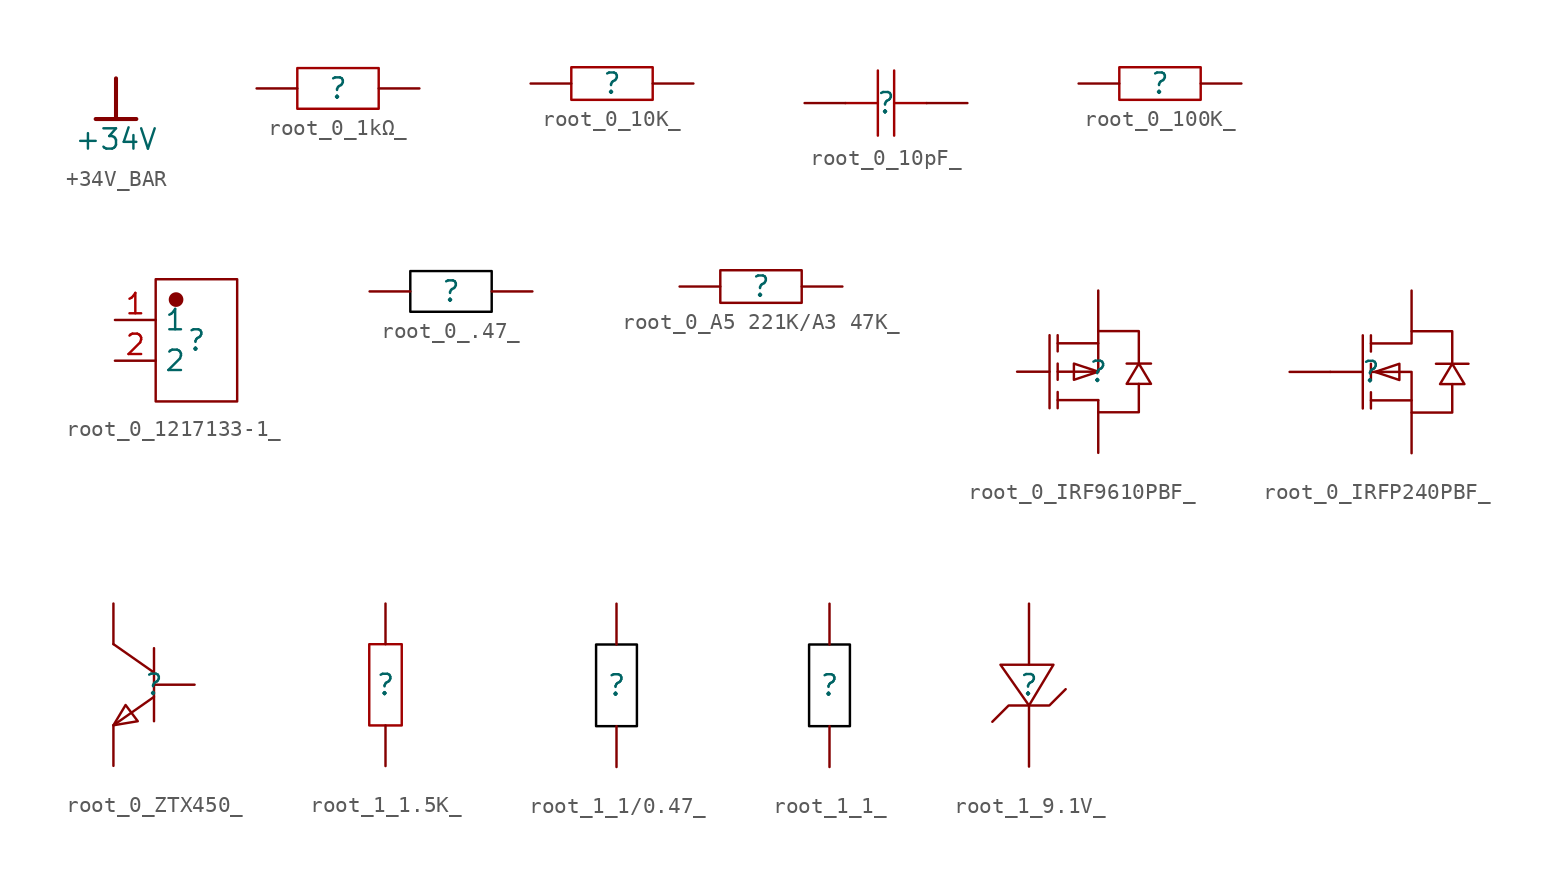
<source format=kicad_sym>
(kicad_symbol_lib
  (version 20241209)
  (generator "kicad_symbol_editor")
  (generator_version "9.0")
  (symbol "+34V_BAR"
    (power)
    (property "Reference" "#PWR"
      (at 0 0 0)
      (effects (font (size 1.27 1.27)) (hide yes)))
    (property "Value" "+34V"
      (at 0 -3.81 0)
      (effects (font (size 1.27 1.27))))
    (symbol "+34V_BAR_0_0"
      (polyline (pts (xy -1.27 -2.54) (xy 1.27 -2.54)) (stroke (width 0.254) (type solid)) (fill (type none)))
      (polyline (pts (xy 0 0) (xy 0 -2.54)) (stroke (width 0.254) (type solid)) (fill (type none)))
      (pin power_in line (at 0 0 0) (length 0) (hide yes) (name "+34V" (effects (font (size 1.27 1.27)))) (number "" (effects (font (size 1.27 1.27)))))))
  (symbol "root_0_1kΩ_"
    (pin_numbers
      (hide yes))
    (pin_names
      (hide yes))
    (property "Reference" ""
      (at 0 0 0)
      (effects (font (size 1.27 1.27))))
    (property "Value" ""
      (at 0 0 0)
      (effects (font (size 1.27 1.27))))
    (symbol "root_0_1kΩ__1_0"
      (rectangle (start -2.54 1.27) (end 2.54 -1.27) (stroke (width 0) (type solid) (color 160 0 0 1)) (fill (type none)))
      (pin passive line (at -5.08 0 0) (length 2.54) (name "1" (effects (font (size 1.27 1.27)))) (number "1" (effects (font (size 1.27 1.27)))))
      (pin passive line (at 5.08 0 180) (length 2.54) (name "2" (effects (font (size 1.27 1.27)))) (number "2" (effects (font (size 1.27 1.27)))))))
  (symbol "root_0_10K_"
    (pin_numbers
      (hide yes))
    (pin_names
      (hide yes))
    (property "Reference" ""
      (at 0 0 0)
      (effects (font (size 1.27 1.27))))
    (property "Value" ""
      (at 0 0 0)
      (effects (font (size 1.27 1.27))))
    (symbol "root_0_10K__1_0"
      (rectangle (start -2.54 1.016) (end 2.54 -1.016) (stroke (width 0) (type solid) (color 160 0 0 1)) (fill (type none)))
      (pin passive line (at -5.08 0 0) (length 2.54) (name "1" (effects (font (size 1.27 1.27)))) (number "1" (effects (font (size 1.27 1.27)))))
      (pin passive line (at 5.08 0 180) (length 2.54) (name "2" (effects (font (size 1.27 1.27)))) (number "2" (effects (font (size 1.27 1.27)))))))
  (symbol "root_0_10pF_"
    (pin_numbers
      (hide yes))
    (pin_names
      (hide yes))
    (property "Reference" ""
      (at 0 0 0)
      (effects (font (size 1.27 1.27))))
    (property "Value" ""
      (at 0 0 0)
      (effects (font (size 1.27 1.27))))
    (symbol "root_0_10pF__1_0"
      (polyline (pts (xy -0.508 0) (xy -2.54 0)) (stroke (width 0) (type solid) (color 160 0 0 1)) (fill (type none)))
      (polyline (pts (xy -0.508 -2.032) (xy -0.508 2.032)) (stroke (width 0) (type solid) (color 160 0 0 1)) (fill (type none)))
      (polyline (pts (xy 0.508 2.032) (xy 0.508 -2.032)) (stroke (width 0) (type solid) (color 160 0 0 1)) (fill (type none)))
      (polyline (pts (xy 2.54 0) (xy 0.508 0)) (stroke (width 0) (type solid) (color 160 0 0 1)) (fill (type none)))
      (pin passive line (at -5.08 0 0) (length 2.54) (name "1" (effects (font (size 1.27 1.27)))) (number "1" (effects (font (size 1.27 1.27)))))
      (pin passive line (at 5.08 0 180) (length 2.54) (name "2" (effects (font (size 1.27 1.27)))) (number "2" (effects (font (size 1.27 1.27)))))))
  (symbol "root_0_100K_"
    (pin_numbers
      (hide yes))
    (pin_names
      (hide yes))
    (property "Reference" ""
      (at 0 0 0)
      (effects (font (size 1.27 1.27))))
    (property "Value" ""
      (at 0 0 0)
      (effects (font (size 1.27 1.27))))
    (symbol "root_0_100K__1_0"
      (rectangle (start -2.54 1.016) (end 2.54 -1.016) (stroke (width 0) (type solid) (color 160 0 0 1)) (fill (type none)))
      (pin passive line (at -5.08 0 0) (length 2.54) (name "1" (effects (font (size 1.27 1.27)))) (number "1" (effects (font (size 1.27 1.27)))))
      (pin passive line (at 5.08 0 180) (length 2.54) (name "2" (effects (font (size 1.27 1.27)))) (number "2" (effects (font (size 1.27 1.27)))))))
  (symbol "root_0_1217133-1_"
    (property "Reference" ""
      (at 0 0 0)
      (effects (font (size 1.27 1.27))))
    (property "Value" ""
      (at 0 0 0)
      (effects (font (size 1.27 1.27))))
    (symbol "root_0_1217133-1__1_0"
      (rectangle (start -2.54 3.81) (end 2.54 -3.81) (stroke (width 0) (type solid) (color 136 0 0 1)) (fill (type none)))
      (circle (center -1.27 2.54) (radius 0.381) (stroke (width 0) (type solid) (color 136 0 0 1)) (fill (type outline)))
      (pin passive line (at -5.08 1.27 0) (length 2.54) (name "1" (effects (font (size 1.27 1.27)))) (number "1" (effects (font (size 1.27 1.27)))))
      (pin passive line (at -5.08 -1.27 0) (length 2.54) (name "2" (effects (font (size 1.27 1.27)))) (number "2" (effects (font (size 1.27 1.27)))))))
  (symbol "root_0_.47_"
    (pin_numbers
      (hide yes))
    (pin_names
      (hide yes))
    (property "Reference" ""
      (at 0 0 0)
      (effects (font (size 1.27 1.27))))
    (property "Value" ""
      (at 0 0 0)
      (effects (font (size 1.27 1.27))))
    (symbol "root_0_.47__1_0"
      (rectangle (start -2.54 1.27) (end 2.54 -1.27) (stroke (width 0) (type solid) (color 0 0 0 1)) (fill (type none)))
      (pin passive line (at -5.08 0 0) (length 2.54) (name "1" (effects (font (size 1.27 1.27)))) (number "1" (effects (font (size 1.27 1.27)))))
      (pin passive line (at 5.08 0 180) (length 2.54) (name "2" (effects (font (size 1.27 1.27)))) (number "2" (effects (font (size 1.27 1.27)))))))
  (symbol "root_0_A5 221K/A3 47K_"
    (pin_numbers
      (hide yes))
    (pin_names
      (hide yes))
    (property "Reference" ""
      (at 0 0 0)
      (effects (font (size 1.27 1.27))))
    (property "Value" ""
      (at 0 0 0)
      (effects (font (size 1.27 1.27))))
    (symbol "root_0_A5 221K/A3 47K__1_0"
      (rectangle (start -2.54 1.016) (end 2.54 -1.016) (stroke (width 0) (type solid) (color 136 0 0 1)) (fill (type none)))
      (pin passive line (at -5.08 0 0) (length 2.54) (name "1" (effects (font (size 1.27 1.27)))) (number "1" (effects (font (size 1.27 1.27)))))
      (pin passive line (at 5.08 0 180) (length 2.54) (name "2" (effects (font (size 1.27 1.27)))) (number "2" (effects (font (size 1.27 1.27)))))))
  (symbol "root_0_IRF9610PBF_"
    (pin_numbers
      (hide yes))
    (pin_names
      (hide yes))
    (property "Reference" ""
      (at 0 0 0)
      (effects (font (size 1.27 1.27))))
    (property "Value" ""
      (at 0 0 0)
      (effects (font (size 1.27 1.27))))
    (symbol "root_0_IRF9610PBF__1_0"
      (polyline (pts (xy -3.048 2.286) (xy -3.048 -2.286)) (stroke (width 0) (type solid) (color 136 0 0 1)) (fill (type none)))
      (polyline (pts (xy -2.54 2.286) (xy -2.54 1.27)) (stroke (width 0) (type solid) (color 136 0 0 1)) (fill (type none)))
      (polyline (pts (xy -2.54 1.778) (xy 0 1.778) (xy 0 1.778) (xy 0 2.54) (xy 0 2.54) (xy 2.54 2.54) (xy 2.54 2.54) (xy 2.54 0.508)) (stroke (width 0) (type solid) (color 136 0 0 1)) (fill (type none)))
      (polyline (pts (xy -2.54 0) (xy 0 0) (xy 0 0) (xy 0 1.778)) (stroke (width 0) (type solid) (color 136 0 0 1)) (fill (type none)))
      (polyline (pts (xy -2.54 -0.508) (xy -2.54 0.508)) (stroke (width 0) (type solid) (color 136 0 0 1)) (fill (type none)))
      (polyline (pts (xy -2.54 -2.286) (xy -2.54 -1.27)) (stroke (width 0) (type solid) (color 136 0 0 1)) (fill (type none)))
      (polyline (pts (xy 0 0) (xy -1.524 0.508) (xy -1.524 0.508) (xy -1.524 -0.508) (xy -1.524 -0.508) (xy 0 0)) (stroke (width 0) (type solid) (color 136 0 0 1)) (fill (type none)))
      (polyline (pts (xy 0 -1.778) (xy -2.54 -1.778)) (stroke (width 0) (type solid) (color 136 0 0 1)) (fill (type none)))
      (polyline (pts (xy 0 -1.778) (xy 0 -1.778) (xy 0 -1.778) (xy 0 -2.54) (xy 0 -2.54) (xy 2.54 -2.54) (xy 2.54 -2.54) (xy 2.54 -0.762)) (stroke (width 0) (type solid) (color 136 0 0 1)) (fill (type none)))
      (polyline (pts (xy 2.54 0.508) (xy 1.778 -0.762) (xy 1.778 -0.762) (xy 3.302 -0.762) (xy 3.302 -0.762) (xy 2.54 0.508)) (stroke (width 0) (type solid) (color 136 0 0 1)) (fill (type none)))
      (polyline (pts (xy 3.302 0.508) (xy 3.048 0.508) (xy 3.048 0.508) (xy 2.032 0.508) (xy 2.032 0.508) (xy 1.778 0.508)) (stroke (width 0) (type solid) (color 136 0 0 1)) (fill (type none)))
      (pin passive line (at -5.08 0 0) (length 2.032) (name "G" (effects (font (size 1.27 1.27)))) (number "1" (effects (font (size 1.27 1.27)))))
      (pin passive line (at 0 5.08 270) (length 2.54) (name "S" (effects (font (size 1.27 1.27)))) (number "3" (effects (font (size 1.27 1.27)))))
      (pin passive line (at 0 -5.08 90) (length 2.54) (name "D" (effects (font (size 1.27 1.27)))) (number "2" (effects (font (size 1.27 1.27)))))))
  (symbol "root_0_IRFP240PBF_"
    (pin_numbers
      (hide yes))
    (pin_names
      (hide yes))
    (property "Reference" ""
      (at 0 0 0)
      (effects (font (size 1.27 1.27))))
    (property "Value" ""
      (at 0 0 0)
      (effects (font (size 1.27 1.27))))
    (symbol "root_0_IRFP240PBF__1_0"
      (polyline (pts (xy -2.54 0) (xy -0.508 0)) (stroke (width 0) (type solid) (color 136 0 0 1)) (fill (type none)))
      (polyline (pts (xy -0.508 2.286) (xy -0.508 -2.286)) (stroke (width 0) (type solid) (color 136 0 0 1)) (fill (type none)))
      (polyline (pts (xy 0 2.286) (xy 0 1.27)) (stroke (width 0) (type solid) (color 136 0 0 1)) (fill (type none)))
      (polyline (pts (xy 0 1.778) (xy 2.54 1.778) (xy 2.54 1.778) (xy 2.54 2.54) (xy 2.54 2.54) (xy 5.08 2.54) (xy 5.08 2.54) (xy 5.08 0.508)) (stroke (width 0) (type solid) (color 136 0 0 1)) (fill (type none)))
      (polyline (pts (xy 0 0) (xy 2.54 0) (xy 2.54 0) (xy 2.54 -2.54) (xy 2.54 -2.54) (xy 5.08 -2.54) (xy 5.08 -2.54) (xy 5.08 -0.762)) (stroke (width 0) (type solid) (color 136 0 0 1)) (fill (type none)))
      (polyline (pts (xy 0 -0.508) (xy 0 0.508)) (stroke (width 0) (type solid) (color 136 0 0 1)) (fill (type none)))
      (polyline (pts (xy 0 -2.286) (xy 0 -1.27)) (stroke (width 0) (type solid) (color 136 0 0 1)) (fill (type none)))
      (polyline (pts (xy 0.254 0) (xy 1.778 -0.508) (xy 1.778 -0.508) (xy 1.778 0.508) (xy 1.778 0.508) (xy 0.254 0)) (stroke (width 0) (type solid) (color 136 0 0 1)) (fill (type none)))
      (polyline (pts (xy 2.54 -1.778) (xy 0 -1.778)) (stroke (width 0) (type solid) (color 136 0 0 1)) (fill (type none)))
      (polyline (pts (xy 5.08 0.508) (xy 4.318 -0.762) (xy 4.318 -0.762) (xy 5.842 -0.762) (xy 5.842 -0.762) (xy 5.08 0.508)) (stroke (width 0) (type solid) (color 136 0 0 1)) (fill (type none)))
      (polyline (pts (xy 6.096 0.508) (xy 5.588 0.508) (xy 5.588 0.508) (xy 4.572 0.508) (xy 4.572 0.508) (xy 4.064 0.508)) (stroke (width 0) (type solid) (color 136 0 0 1)) (fill (type none)))
      (pin passive line (at -5.08 0 0) (length 2.54) (name "G" (effects (font (size 1.27 1.27)))) (number "1" (effects (font (size 1.27 1.27)))))
      (pin passive line (at 2.54 5.08 270) (length 2.54) (name "D" (effects (font (size 1.27 1.27)))) (number "2" (effects (font (size 1.27 1.27)))))
      (pin passive line (at 2.54 -5.08 90) (length 2.54) (name "S" (effects (font (size 1.27 1.27)))) (number "3" (effects (font (size 1.27 1.27)))))))
  (symbol "root_0_ZTX450_"
    (pin_numbers
      (hide yes))
    (pin_names
      (hide yes))
    (property "Reference" ""
      (at 0 0 0)
      (effects (font (size 1.27 1.27))))
    (property "Value" ""
      (at 0 0 0)
      (effects (font (size 1.27 1.27))))
    (symbol "root_0_ZTX450__1_0"
      (polyline (pts (xy -2.54 2.54) (xy 0 0.762)) (stroke (width 0) (type solid) (color 136 0 0 1)) (fill (type none)))
      (polyline (pts (xy -2.54 -2.54) (xy -1.778 -1.27) (xy -1.778 -1.27) (xy -1.016 -2.286) (xy -1.016 -2.286) (xy -2.54 -2.54)) (stroke (width 0) (type solid) (color 136 0 0 1)) (fill (type none)))
      (polyline (pts (xy 0 2.286) (xy 0 -2.286)) (stroke (width 0) (type solid) (color 136 0 0 1)) (fill (type none)))
      (polyline (pts (xy 0 -0.762) (xy -2.54 -2.54)) (stroke (width 0) (type solid) (color 136 0 0 1)) (fill (type none)))
      (pin passive line (at -2.54 5.08 270) (length 2.54) (name "C" (effects (font (size 1.27 1.27)))) (number "3" (effects (font (size 1.27 1.27)))))
      (pin passive line (at -2.54 -5.08 90) (length 2.54) (name "E" (effects (font (size 1.27 1.27)))) (number "1" (effects (font (size 1.27 1.27)))))
      (pin passive line (at 2.54 0 180) (length 2.54) (name "B" (effects (font (size 1.27 1.27)))) (number "2" (effects (font (size 1.27 1.27)))))))
  (symbol "root_1_1.5K_"
    (pin_numbers
      (hide yes))
    (pin_names
      (hide yes))
    (property "Reference" ""
      (at 0 0 0)
      (effects (font (size 1.27 1.27))))
    (property "Value" ""
      (at 0 0 0)
      (effects (font (size 1.27 1.27))))
    (symbol "root_1_1.5K__1_0"
      (rectangle (start -1.016 2.54) (end 1.016 -2.54) (stroke (width 0) (type solid) (color 160 0 0 1)) (fill (type none)))
      (pin passive line (at 0 5.08 270) (length 2.54) (name "2" (effects (font (size 1.27 1.27)))) (number "2" (effects (font (size 1.27 1.27)))))
      (pin passive line (at 0 -5.08 90) (length 2.54) (name "1" (effects (font (size 1.27 1.27)))) (number "1" (effects (font (size 1.27 1.27)))))))
  (symbol "root_1_1/0.47_"
    (pin_numbers
      (hide yes))
    (pin_names
      (hide yes))
    (property "Reference" ""
      (at 0 0 0)
      (effects (font (size 1.27 1.27))))
    (property "Value" ""
      (at 0 0 0)
      (effects (font (size 1.27 1.27))))
    (symbol "root_1_1/0.47__1_0"
      (rectangle (start -1.27 2.54) (end 1.27 -2.54) (stroke (width 0) (type solid) (color 0 0 0 1)) (fill (type none)))
      (pin passive line (at 0 5.08 270) (length 2.54) (name "2" (effects (font (size 1.27 1.27)))) (number "2" (effects (font (size 1.27 1.27)))))
      (pin passive line (at 0 -5.08 90) (length 2.54) (name "1" (effects (font (size 1.27 1.27)))) (number "1" (effects (font (size 1.27 1.27)))))))
  (symbol "root_1_1_"
    (pin_numbers
      (hide yes))
    (pin_names
      (hide yes))
    (property "Reference" ""
      (at 0 0 0)
      (effects (font (size 1.27 1.27))))
    (property "Value" ""
      (at 0 0 0)
      (effects (font (size 1.27 1.27))))
    (symbol "root_1_1__1_0"
      (rectangle (start -1.27 2.54) (end 1.27 -2.54) (stroke (width 0) (type solid) (color 0 0 0 1)) (fill (type none)))
      (pin passive line (at 0 5.08 270) (length 2.54) (name "2" (effects (font (size 1.27 1.27)))) (number "2" (effects (font (size 1.27 1.27)))))
      (pin passive line (at 0 -5.08 90) (length 2.54) (name "1" (effects (font (size 1.27 1.27)))) (number "1" (effects (font (size 1.27 1.27)))))))
  (symbol "root_1_9.1V_"
    (pin_numbers
      (hide yes))
    (pin_names
      (hide yes))
    (property "Reference" ""
      (at 0 0 0)
      (effects (font (size 1.27 1.27))))
    (property "Value" ""
      (at 0 0 0)
      (effects (font (size 1.27 1.27))))
    (symbol "root_1_9.1V__1_0"
      (polyline (pts (xy -2.286 -2.286) (xy -1.27 -1.27) (xy -1.27 -1.27) (xy 1.27 -1.27) (xy 1.27 -1.27) (xy 2.286 -0.254)) (stroke (width 0) (type solid) (color 136 0 0 1)) (fill (type none)))
      (polyline (pts (xy 1.524 1.27) (xy 0 -1.27) (xy 0 -1.27) (xy -1.778 1.27) (xy -1.778 1.27) (xy 1.524 1.27)) (stroke (width 0) (type solid) (color 136 0 0 1)) (fill (type none)))
      (pin passive line (at 0 5.08 270) (length 3.81) (name "A" (effects (font (size 1.27 1.27)))) (number "2" (effects (font (size 1.27 1.27)))))
      (pin passive line (at 0 -5.08 90) (length 3.81) (name "C" (effects (font (size 1.27 1.27)))) (number "1" (effects (font (size 1.27 1.27))))))))
</source>
